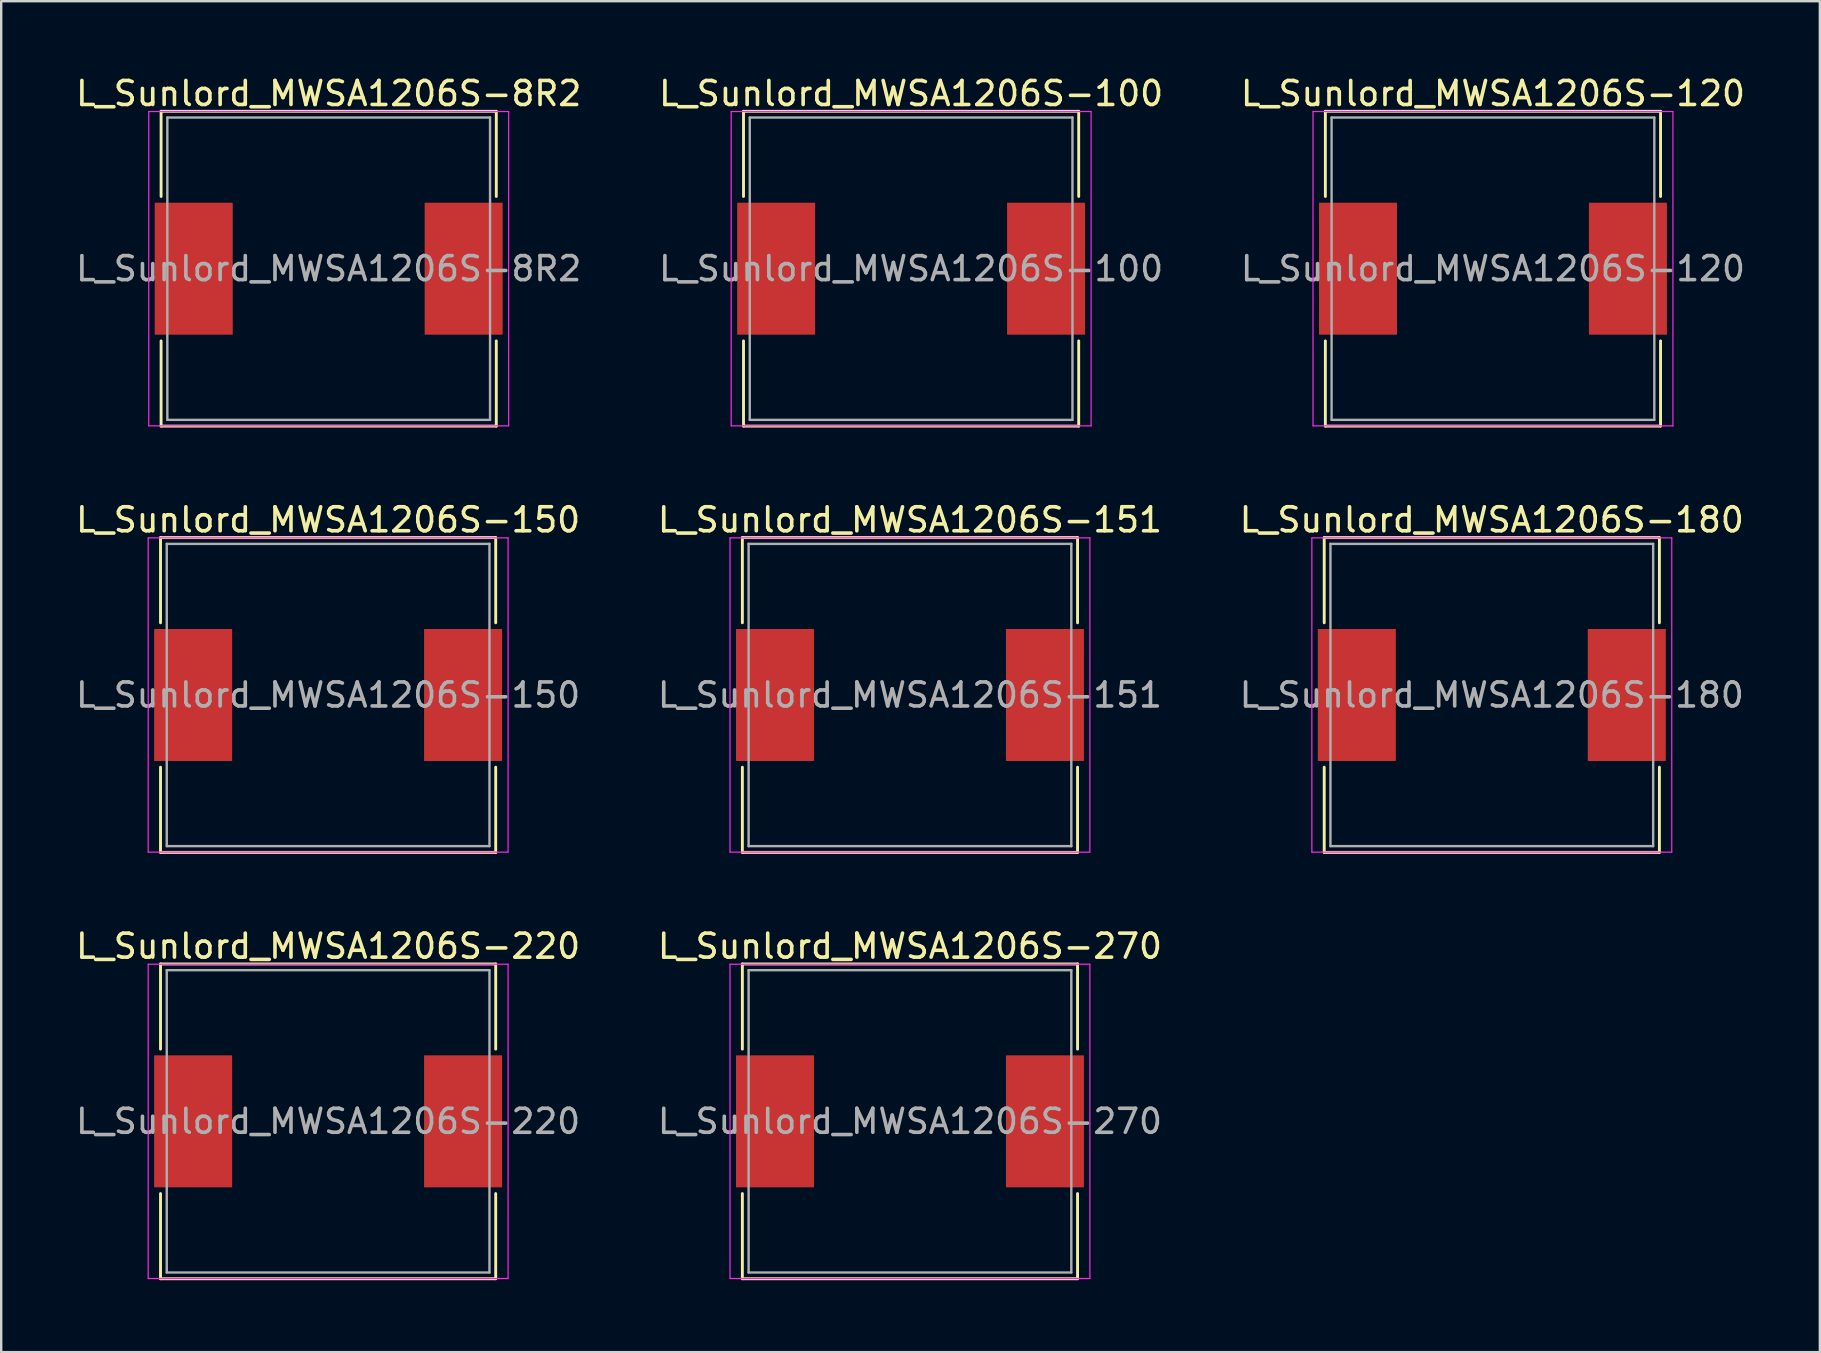
<source format=kicad_pcb>
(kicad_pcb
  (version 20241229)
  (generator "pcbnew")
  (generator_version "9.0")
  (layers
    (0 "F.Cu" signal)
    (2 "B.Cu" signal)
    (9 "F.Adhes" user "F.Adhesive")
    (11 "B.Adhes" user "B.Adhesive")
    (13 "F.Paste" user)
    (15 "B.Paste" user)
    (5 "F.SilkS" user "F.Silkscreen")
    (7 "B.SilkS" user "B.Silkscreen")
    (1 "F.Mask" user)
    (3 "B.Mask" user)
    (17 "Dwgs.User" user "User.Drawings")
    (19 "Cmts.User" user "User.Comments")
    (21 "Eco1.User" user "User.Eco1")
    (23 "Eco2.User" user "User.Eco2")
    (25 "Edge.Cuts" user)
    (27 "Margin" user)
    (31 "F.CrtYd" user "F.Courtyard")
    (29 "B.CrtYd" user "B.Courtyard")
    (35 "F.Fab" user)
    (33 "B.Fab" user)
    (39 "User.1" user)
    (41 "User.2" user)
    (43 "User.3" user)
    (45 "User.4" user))
  (footprint "L_Sunlord_MWSA1206S-180"
    (layer "F.Cu")
    (at 59.125 25.916)
    (property "Reference" "L_Sunlord_MWSA1206S-180" (at 0 -7.3 0) (layer "F.SilkS") (effects (font (size 1 1) (thickness 0.15))))
    (attr smd)
    (fp_line (start -6.985 -6.56) (end -6.985 -3.01) (stroke (width 0.12) (type solid)) (layer "F.SilkS"))
    (fp_line (start -6.985 -6.56) (end 6.985 -6.56) (stroke (width 0.12) (type solid)) (layer "F.SilkS"))
    (fp_line (start -6.985 6.56) (end -6.985 3.01) (stroke (width 0.12) (type solid)) (layer "F.SilkS"))
    (fp_line (start -6.985 6.56) (end 6.985 6.56) (stroke (width 0.12) (type solid)) (layer "F.SilkS"))
    (fp_line (start 6.985 -6.56) (end 6.985 -3.01) (stroke (width 0.12) (type solid)) (layer "F.SilkS"))
    (fp_line (start 6.985 6.56) (end 6.985 3.01) (stroke (width 0.12) (type solid)) (layer "F.SilkS"))
    (fp_line (start -7.5 -6.55) (end -7.5 6.55) (stroke (width 0.05) (type solid)) (layer "F.CrtYd"))
    (fp_line (start -7.5 6.55) (end 7.5 6.55) (stroke (width 0.05) (type solid)) (layer "F.CrtYd"))
    (fp_line (start 7.5 -6.55) (end -7.5 -6.55) (stroke (width 0.05) (type solid)) (layer "F.CrtYd"))
    (fp_line (start 7.5 6.55) (end 7.5 -6.55) (stroke (width 0.05) (type solid)) (layer "F.CrtYd"))
    (fp_line (start -6.725 -6.3) (end -6.725 6.3) (stroke (width 0.1) (type solid)) (layer "F.Fab"))
    (fp_line (start -6.725 6.3) (end 6.725 6.3) (stroke (width 0.1) (type solid)) (layer "F.Fab"))
    (fp_line (start 6.725 -6.3) (end -6.725 -6.3) (stroke (width 0.1) (type solid)) (layer "F.Fab"))
    (fp_line (start 6.725 6.3) (end 6.725 -6.3) (stroke (width 0.1) (type solid)) (layer "F.Fab"))
    (fp_text user "${REFERENCE}" (at 0 0 0) (layer "F.Fab") (effects (font (size 1 1) (thickness 0.15))))
    (pad "1" smd rect (at -5.625 0) (size 3.25 5.5) (layers "F.Cu" "F.Mask" "F.Paste"))
    (pad "2" smd rect (at 5.625 0) (size 3.25 5.5) (layers "F.Cu" "F.Mask" "F.Paste")))
  (footprint "L_Sunlord_MWSA1206S-151"
    (layer "F.Cu")
    (at 34.875 25.916)
    (property "Reference" "L_Sunlord_MWSA1206S-151" (at 0 -7.3 0) (layer "F.SilkS") (effects (font (size 1 1) (thickness 0.15))))
    (attr smd)
    (fp_line (start -6.985 -6.56) (end -6.985 -3.01) (stroke (width 0.12) (type solid)) (layer "F.SilkS"))
    (fp_line (start -6.985 -6.56) (end 6.985 -6.56) (stroke (width 0.12) (type solid)) (layer "F.SilkS"))
    (fp_line (start -6.985 6.56) (end -6.985 3.01) (stroke (width 0.12) (type solid)) (layer "F.SilkS"))
    (fp_line (start -6.985 6.56) (end 6.985 6.56) (stroke (width 0.12) (type solid)) (layer "F.SilkS"))
    (fp_line (start 6.985 -6.56) (end 6.985 -3.01) (stroke (width 0.12) (type solid)) (layer "F.SilkS"))
    (fp_line (start 6.985 6.56) (end 6.985 3.01) (stroke (width 0.12) (type solid)) (layer "F.SilkS"))
    (fp_line (start -7.5 -6.55) (end -7.5 6.55) (stroke (width 0.05) (type solid)) (layer "F.CrtYd"))
    (fp_line (start -7.5 6.55) (end 7.5 6.55) (stroke (width 0.05) (type solid)) (layer "F.CrtYd"))
    (fp_line (start 7.5 -6.55) (end -7.5 -6.55) (stroke (width 0.05) (type solid)) (layer "F.CrtYd"))
    (fp_line (start 7.5 6.55) (end 7.5 -6.55) (stroke (width 0.05) (type solid)) (layer "F.CrtYd"))
    (fp_line (start -6.725 -6.3) (end -6.725 6.3) (stroke (width 0.1) (type solid)) (layer "F.Fab"))
    (fp_line (start -6.725 6.3) (end 6.725 6.3) (stroke (width 0.1) (type solid)) (layer "F.Fab"))
    (fp_line (start 6.725 -6.3) (end -6.725 -6.3) (stroke (width 0.1) (type solid)) (layer "F.Fab"))
    (fp_line (start 6.725 6.3) (end 6.725 -6.3) (stroke (width 0.1) (type solid)) (layer "F.Fab"))
    (fp_text user "${REFERENCE}" (at 0 0 0) (layer "F.Fab") (effects (font (size 1 1) (thickness 0.15))))
    (pad "1" smd rect (at -5.625 0) (size 3.25 5.5) (layers "F.Cu" "F.Mask" "F.Paste"))
    (pad "2" smd rect (at 5.625 0) (size 3.25 5.5) (layers "F.Cu" "F.Mask" "F.Paste")))
  (footprint "L_Sunlord_MWSA1206S-220"
    (layer "F.Cu")
    (at 10.625 43.685)
    (property "Reference" "L_Sunlord_MWSA1206S-220" (at 0 -7.3 0) (layer "F.SilkS") (effects (font (size 1 1) (thickness 0.15))))
    (attr smd)
    (fp_line (start -6.985 -6.56) (end -6.985 -3.01) (stroke (width 0.12) (type solid)) (layer "F.SilkS"))
    (fp_line (start -6.985 -6.56) (end 6.985 -6.56) (stroke (width 0.12) (type solid)) (layer "F.SilkS"))
    (fp_line (start -6.985 6.56) (end -6.985 3.01) (stroke (width 0.12) (type solid)) (layer "F.SilkS"))
    (fp_line (start -6.985 6.56) (end 6.985 6.56) (stroke (width 0.12) (type solid)) (layer "F.SilkS"))
    (fp_line (start 6.985 -6.56) (end 6.985 -3.01) (stroke (width 0.12) (type solid)) (layer "F.SilkS"))
    (fp_line (start 6.985 6.56) (end 6.985 3.01) (stroke (width 0.12) (type solid)) (layer "F.SilkS"))
    (fp_line (start -7.5 -6.55) (end -7.5 6.55) (stroke (width 0.05) (type solid)) (layer "F.CrtYd"))
    (fp_line (start -7.5 6.55) (end 7.5 6.55) (stroke (width 0.05) (type solid)) (layer "F.CrtYd"))
    (fp_line (start 7.5 -6.55) (end -7.5 -6.55) (stroke (width 0.05) (type solid)) (layer "F.CrtYd"))
    (fp_line (start 7.5 6.55) (end 7.5 -6.55) (stroke (width 0.05) (type solid)) (layer "F.CrtYd"))
    (fp_line (start -6.725 -6.3) (end -6.725 6.3) (stroke (width 0.1) (type solid)) (layer "F.Fab"))
    (fp_line (start -6.725 6.3) (end 6.725 6.3) (stroke (width 0.1) (type solid)) (layer "F.Fab"))
    (fp_line (start 6.725 -6.3) (end -6.725 -6.3) (stroke (width 0.1) (type solid)) (layer "F.Fab"))
    (fp_line (start 6.725 6.3) (end 6.725 -6.3) (stroke (width 0.1) (type solid)) (layer "F.Fab"))
    (fp_text user "${REFERENCE}" (at 0 0 0) (layer "F.Fab") (effects (font (size 1 1) (thickness 0.15))))
    (pad "1" smd rect (at -5.625 0) (size 3.25 5.5) (layers "F.Cu" "F.Mask" "F.Paste"))
    (pad "2" smd rect (at 5.625 0) (size 3.25 5.5) (layers "F.Cu" "F.Mask" "F.Paste")))
  (footprint "L_Sunlord_MWSA1206S-8R2"
    (layer "F.Cu")
    (at 10.649 8.148)
    (property "Reference" "L_Sunlord_MWSA1206S-8R2" (at 0 -7.3 0) (layer "F.SilkS") (effects (font (size 1 1) (thickness 0.15))))
    (attr smd)
    (fp_line (start -6.985 -6.56) (end -6.985 -3.01) (stroke (width 0.12) (type solid)) (layer "F.SilkS"))
    (fp_line (start -6.985 -6.56) (end 6.985 -6.56) (stroke (width 0.12) (type solid)) (layer "F.SilkS"))
    (fp_line (start -6.985 6.56) (end -6.985 3.01) (stroke (width 0.12) (type solid)) (layer "F.SilkS"))
    (fp_line (start -6.985 6.56) (end 6.985 6.56) (stroke (width 0.12) (type solid)) (layer "F.SilkS"))
    (fp_line (start 6.985 -6.56) (end 6.985 -3.01) (stroke (width 0.12) (type solid)) (layer "F.SilkS"))
    (fp_line (start 6.985 6.56) (end 6.985 3.01) (stroke (width 0.12) (type solid)) (layer "F.SilkS"))
    (fp_line (start -7.5 -6.55) (end -7.5 6.55) (stroke (width 0.05) (type solid)) (layer "F.CrtYd"))
    (fp_line (start -7.5 6.55) (end 7.5 6.55) (stroke (width 0.05) (type solid)) (layer "F.CrtYd"))
    (fp_line (start 7.5 -6.55) (end -7.5 -6.55) (stroke (width 0.05) (type solid)) (layer "F.CrtYd"))
    (fp_line (start 7.5 6.55) (end 7.5 -6.55) (stroke (width 0.05) (type solid)) (layer "F.CrtYd"))
    (fp_line (start -6.725 -6.3) (end -6.725 6.3) (stroke (width 0.1) (type solid)) (layer "F.Fab"))
    (fp_line (start -6.725 6.3) (end 6.725 6.3) (stroke (width 0.1) (type solid)) (layer "F.Fab"))
    (fp_line (start 6.725 -6.3) (end -6.725 -6.3) (stroke (width 0.1) (type solid)) (layer "F.Fab"))
    (fp_line (start 6.725 6.3) (end 6.725 -6.3) (stroke (width 0.1) (type solid)) (layer "F.Fab"))
    (fp_text user "${REFERENCE}" (at 0 0 0) (layer "F.Fab") (effects (font (size 1 1) (thickness 0.15))))
    (pad "1" smd rect (at -5.625 0) (size 3.25 5.5) (layers "F.Cu" "F.Mask" "F.Paste"))
    (pad "2" smd rect (at 5.625 0) (size 3.25 5.5) (layers "F.Cu" "F.Mask" "F.Paste")))
  (footprint "L_Sunlord_MWSA1206S-150"
    (layer "F.Cu")
    (at 10.625 25.916)
    (property "Reference" "L_Sunlord_MWSA1206S-150" (at 0 -7.3 0) (layer "F.SilkS") (effects (font (size 1 1) (thickness 0.15))))
    (attr smd)
    (fp_line (start -6.985 -6.56) (end -6.985 -3.01) (stroke (width 0.12) (type solid)) (layer "F.SilkS"))
    (fp_line (start -6.985 -6.56) (end 6.985 -6.56) (stroke (width 0.12) (type solid)) (layer "F.SilkS"))
    (fp_line (start -6.985 6.56) (end -6.985 3.01) (stroke (width 0.12) (type solid)) (layer "F.SilkS"))
    (fp_line (start -6.985 6.56) (end 6.985 6.56) (stroke (width 0.12) (type solid)) (layer "F.SilkS"))
    (fp_line (start 6.985 -6.56) (end 6.985 -3.01) (stroke (width 0.12) (type solid)) (layer "F.SilkS"))
    (fp_line (start 6.985 6.56) (end 6.985 3.01) (stroke (width 0.12) (type solid)) (layer "F.SilkS"))
    (fp_line (start -7.5 -6.55) (end -7.5 6.55) (stroke (width 0.05) (type solid)) (layer "F.CrtYd"))
    (fp_line (start -7.5 6.55) (end 7.5 6.55) (stroke (width 0.05) (type solid)) (layer "F.CrtYd"))
    (fp_line (start 7.5 -6.55) (end -7.5 -6.55) (stroke (width 0.05) (type solid)) (layer "F.CrtYd"))
    (fp_line (start 7.5 6.55) (end 7.5 -6.55) (stroke (width 0.05) (type solid)) (layer "F.CrtYd"))
    (fp_line (start -6.725 -6.3) (end -6.725 6.3) (stroke (width 0.1) (type solid)) (layer "F.Fab"))
    (fp_line (start -6.725 6.3) (end 6.725 6.3) (stroke (width 0.1) (type solid)) (layer "F.Fab"))
    (fp_line (start 6.725 -6.3) (end -6.725 -6.3) (stroke (width 0.1) (type solid)) (layer "F.Fab"))
    (fp_line (start 6.725 6.3) (end 6.725 -6.3) (stroke (width 0.1) (type solid)) (layer "F.Fab"))
    (fp_text user "${REFERENCE}" (at 0 0 0) (layer "F.Fab") (effects (font (size 1 1) (thickness 0.15))))
    (pad "1" smd rect (at -5.625 0) (size 3.25 5.5) (layers "F.Cu" "F.Mask" "F.Paste"))
    (pad "2" smd rect (at 5.625 0) (size 3.25 5.5) (layers "F.Cu" "F.Mask" "F.Paste")))
  (footprint "L_Sunlord_MWSA1206S-120"
    (layer "F.Cu")
    (at 59.173 8.148)
    (property "Reference" "L_Sunlord_MWSA1206S-120" (at 0 -7.3 0) (layer "F.SilkS") (effects (font (size 1 1) (thickness 0.15))))
    (attr smd)
    (fp_line (start -6.985 -6.56) (end -6.985 -3.01) (stroke (width 0.12) (type solid)) (layer "F.SilkS"))
    (fp_line (start -6.985 -6.56) (end 6.985 -6.56) (stroke (width 0.12) (type solid)) (layer "F.SilkS"))
    (fp_line (start -6.985 6.56) (end -6.985 3.01) (stroke (width 0.12) (type solid)) (layer "F.SilkS"))
    (fp_line (start -6.985 6.56) (end 6.985 6.56) (stroke (width 0.12) (type solid)) (layer "F.SilkS"))
    (fp_line (start 6.985 -6.56) (end 6.985 -3.01) (stroke (width 0.12) (type solid)) (layer "F.SilkS"))
    (fp_line (start 6.985 6.56) (end 6.985 3.01) (stroke (width 0.12) (type solid)) (layer "F.SilkS"))
    (fp_line (start -7.5 -6.55) (end -7.5 6.55) (stroke (width 0.05) (type solid)) (layer "F.CrtYd"))
    (fp_line (start -7.5 6.55) (end 7.5 6.55) (stroke (width 0.05) (type solid)) (layer "F.CrtYd"))
    (fp_line (start 7.5 -6.55) (end -7.5 -6.55) (stroke (width 0.05) (type solid)) (layer "F.CrtYd"))
    (fp_line (start 7.5 6.55) (end 7.5 -6.55) (stroke (width 0.05) (type solid)) (layer "F.CrtYd"))
    (fp_line (start -6.725 -6.3) (end -6.725 6.3) (stroke (width 0.1) (type solid)) (layer "F.Fab"))
    (fp_line (start -6.725 6.3) (end 6.725 6.3) (stroke (width 0.1) (type solid)) (layer "F.Fab"))
    (fp_line (start 6.725 -6.3) (end -6.725 -6.3) (stroke (width 0.1) (type solid)) (layer "F.Fab"))
    (fp_line (start 6.725 6.3) (end 6.725 -6.3) (stroke (width 0.1) (type solid)) (layer "F.Fab"))
    (fp_text user "${REFERENCE}" (at 0 0 0) (layer "F.Fab") (effects (font (size 1 1) (thickness 0.15))))
    (pad "1" smd rect (at -5.625 0) (size 3.25 5.5) (layers "F.Cu" "F.Mask" "F.Paste"))
    (pad "2" smd rect (at 5.625 0) (size 3.25 5.5) (layers "F.Cu" "F.Mask" "F.Paste")))
  (footprint "L_Sunlord_MWSA1206S-100"
    (layer "F.Cu")
    (at 34.923 8.148)
    (property "Reference" "L_Sunlord_MWSA1206S-100" (at 0 -7.3 0) (layer "F.SilkS") (effects (font (size 1 1) (thickness 0.15))))
    (attr smd)
    (fp_line (start -6.985 -6.56) (end -6.985 -3.01) (stroke (width 0.12) (type solid)) (layer "F.SilkS"))
    (fp_line (start -6.985 -6.56) (end 6.985 -6.56) (stroke (width 0.12) (type solid)) (layer "F.SilkS"))
    (fp_line (start -6.985 6.56) (end -6.985 3.01) (stroke (width 0.12) (type solid)) (layer "F.SilkS"))
    (fp_line (start -6.985 6.56) (end 6.985 6.56) (stroke (width 0.12) (type solid)) (layer "F.SilkS"))
    (fp_line (start 6.985 -6.56) (end 6.985 -3.01) (stroke (width 0.12) (type solid)) (layer "F.SilkS"))
    (fp_line (start 6.985 6.56) (end 6.985 3.01) (stroke (width 0.12) (type solid)) (layer "F.SilkS"))
    (fp_line (start -7.5 -6.55) (end -7.5 6.55) (stroke (width 0.05) (type solid)) (layer "F.CrtYd"))
    (fp_line (start -7.5 6.55) (end 7.5 6.55) (stroke (width 0.05) (type solid)) (layer "F.CrtYd"))
    (fp_line (start 7.5 -6.55) (end -7.5 -6.55) (stroke (width 0.05) (type solid)) (layer "F.CrtYd"))
    (fp_line (start 7.5 6.55) (end 7.5 -6.55) (stroke (width 0.05) (type solid)) (layer "F.CrtYd"))
    (fp_line (start -6.725 -6.3) (end -6.725 6.3) (stroke (width 0.1) (type solid)) (layer "F.Fab"))
    (fp_line (start -6.725 6.3) (end 6.725 6.3) (stroke (width 0.1) (type solid)) (layer "F.Fab"))
    (fp_line (start 6.725 -6.3) (end -6.725 -6.3) (stroke (width 0.1) (type solid)) (layer "F.Fab"))
    (fp_line (start 6.725 6.3) (end 6.725 -6.3) (stroke (width 0.1) (type solid)) (layer "F.Fab"))
    (fp_text user "${REFERENCE}" (at 0 0 0) (layer "F.Fab") (effects (font (size 1 1) (thickness 0.15))))
    (pad "1" smd rect (at -5.625 0) (size 3.25 5.5) (layers "F.Cu" "F.Mask" "F.Paste"))
    (pad "2" smd rect (at 5.625 0) (size 3.25 5.5) (layers "F.Cu" "F.Mask" "F.Paste")))
  (footprint "L_Sunlord_MWSA1206S-270"
    (layer "F.Cu")
    (at 34.875 43.685)
    (property "Reference" "L_Sunlord_MWSA1206S-270" (at 0 -7.3 0) (layer "F.SilkS") (effects (font (size 1 1) (thickness 0.15))))
    (attr smd)
    (fp_line (start -6.985 -6.56) (end -6.985 -3.01) (stroke (width 0.12) (type solid)) (layer "F.SilkS"))
    (fp_line (start -6.985 -6.56) (end 6.985 -6.56) (stroke (width 0.12) (type solid)) (layer "F.SilkS"))
    (fp_line (start -6.985 6.56) (end -6.985 3.01) (stroke (width 0.12) (type solid)) (layer "F.SilkS"))
    (fp_line (start -6.985 6.56) (end 6.985 6.56) (stroke (width 0.12) (type solid)) (layer "F.SilkS"))
    (fp_line (start 6.985 -6.56) (end 6.985 -3.01) (stroke (width 0.12) (type solid)) (layer "F.SilkS"))
    (fp_line (start 6.985 6.56) (end 6.985 3.01) (stroke (width 0.12) (type solid)) (layer "F.SilkS"))
    (fp_line (start -7.5 -6.55) (end -7.5 6.55) (stroke (width 0.05) (type solid)) (layer "F.CrtYd"))
    (fp_line (start -7.5 6.55) (end 7.5 6.55) (stroke (width 0.05) (type solid)) (layer "F.CrtYd"))
    (fp_line (start 7.5 -6.55) (end -7.5 -6.55) (stroke (width 0.05) (type solid)) (layer "F.CrtYd"))
    (fp_line (start 7.5 6.55) (end 7.5 -6.55) (stroke (width 0.05) (type solid)) (layer "F.CrtYd"))
    (fp_line (start -6.725 -6.3) (end -6.725 6.3) (stroke (width 0.1) (type solid)) (layer "F.Fab"))
    (fp_line (start -6.725 6.3) (end 6.725 6.3) (stroke (width 0.1) (type solid)) (layer "F.Fab"))
    (fp_line (start 6.725 -6.3) (end -6.725 -6.3) (stroke (width 0.1) (type solid)) (layer "F.Fab"))
    (fp_line (start 6.725 6.3) (end 6.725 -6.3) (stroke (width 0.1) (type solid)) (layer "F.Fab"))
    (fp_text user "${REFERENCE}" (at 0 0 0) (layer "F.Fab") (effects (font (size 1 1) (thickness 0.15))))
    (pad "1" smd rect (at -5.625 0) (size 3.25 5.5) (layers "F.Cu" "F.Mask" "F.Paste"))
    (pad "2" smd rect (at 5.625 0) (size 3.25 5.5) (layers "F.Cu" "F.Mask" "F.Paste")))
  (gr_rect
    (start -3 -3)
    (end 72.798 53.305)
    (stroke (width 0.1) (type default))
    (fill no)
    (layer "Edge.Cuts")))
</source>
